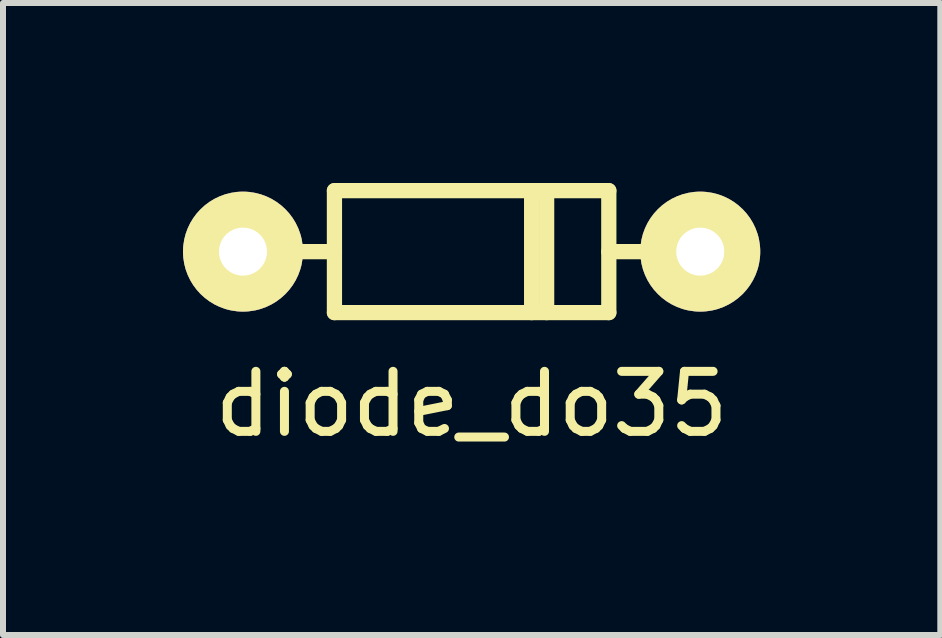
<source format=kicad_pcb>
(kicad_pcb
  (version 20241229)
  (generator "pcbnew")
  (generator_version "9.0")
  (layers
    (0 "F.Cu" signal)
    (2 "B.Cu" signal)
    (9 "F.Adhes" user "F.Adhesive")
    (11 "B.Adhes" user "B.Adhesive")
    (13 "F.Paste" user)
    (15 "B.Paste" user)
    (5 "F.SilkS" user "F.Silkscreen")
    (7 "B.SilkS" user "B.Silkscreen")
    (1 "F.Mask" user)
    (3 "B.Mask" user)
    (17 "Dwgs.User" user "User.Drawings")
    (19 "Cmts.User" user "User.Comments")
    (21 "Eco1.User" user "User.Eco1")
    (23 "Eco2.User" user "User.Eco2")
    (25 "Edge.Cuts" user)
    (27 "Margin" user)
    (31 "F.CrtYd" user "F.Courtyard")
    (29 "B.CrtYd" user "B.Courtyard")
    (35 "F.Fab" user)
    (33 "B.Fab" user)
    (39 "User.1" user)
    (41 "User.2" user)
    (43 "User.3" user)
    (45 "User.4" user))
  (footprint "diode_do35"
    (layer "F.Cu")
    (at 4.809 1.143)
    (property "Reference" "diode_do35" (at 0 2.54 0) (layer "F.SilkS") (effects (font (size 1 1) (thickness 0.15))))
    (attr through_hole)
    (fp_line (start -2.286 -1.016) (end 2.286 -1.016) (stroke (width 0.254) (type solid)) (layer "F.SilkS"))
    (fp_line (start -2.286 0) (end -3.81 0) (stroke (width 0.254) (type solid)) (layer "F.SilkS"))
    (fp_line (start -2.286 1.016) (end -2.286 -1.016) (stroke (width 0.254) (type solid)) (layer "F.SilkS"))
    (fp_line (start 1 1.016) (end 1 -1.016) (stroke (width 0.254) (type solid)) (layer "F.SilkS"))
    (fp_line (start 1.25 -1.016) (end 1.25 1.016) (stroke (width 0.254) (type solid)) (layer "F.SilkS"))
    (fp_line (start 2.286 -1.016) (end 2.286 1.016) (stroke (width 0.254) (type solid)) (layer "F.SilkS"))
    (fp_line (start 2.286 1.016) (end -2.286 1.016) (stroke (width 0.254) (type solid)) (layer "F.SilkS"))
    (fp_line (start 3.81 0) (end 2.286 0) (stroke (width 0.254) (type solid)) (layer "F.SilkS"))
    (pad "1" thru_hole circle (at -3.81 0) (size 1.999 1.999) (drill 0.8) (layers "*.Cu" "*.Mask" "F.SilkS"))
    (pad "2" thru_hole circle (at 3.81 0) (size 1.999 1.999) (drill 0.8) (layers "*.Cu" "*.Mask" "F.SilkS")))
  (gr_rect
    (start -3 -3)
    (end 12.619 7.531)
    (stroke (width 0.1) (type default))
    (fill no)
    (layer "Edge.Cuts")))
</source>
